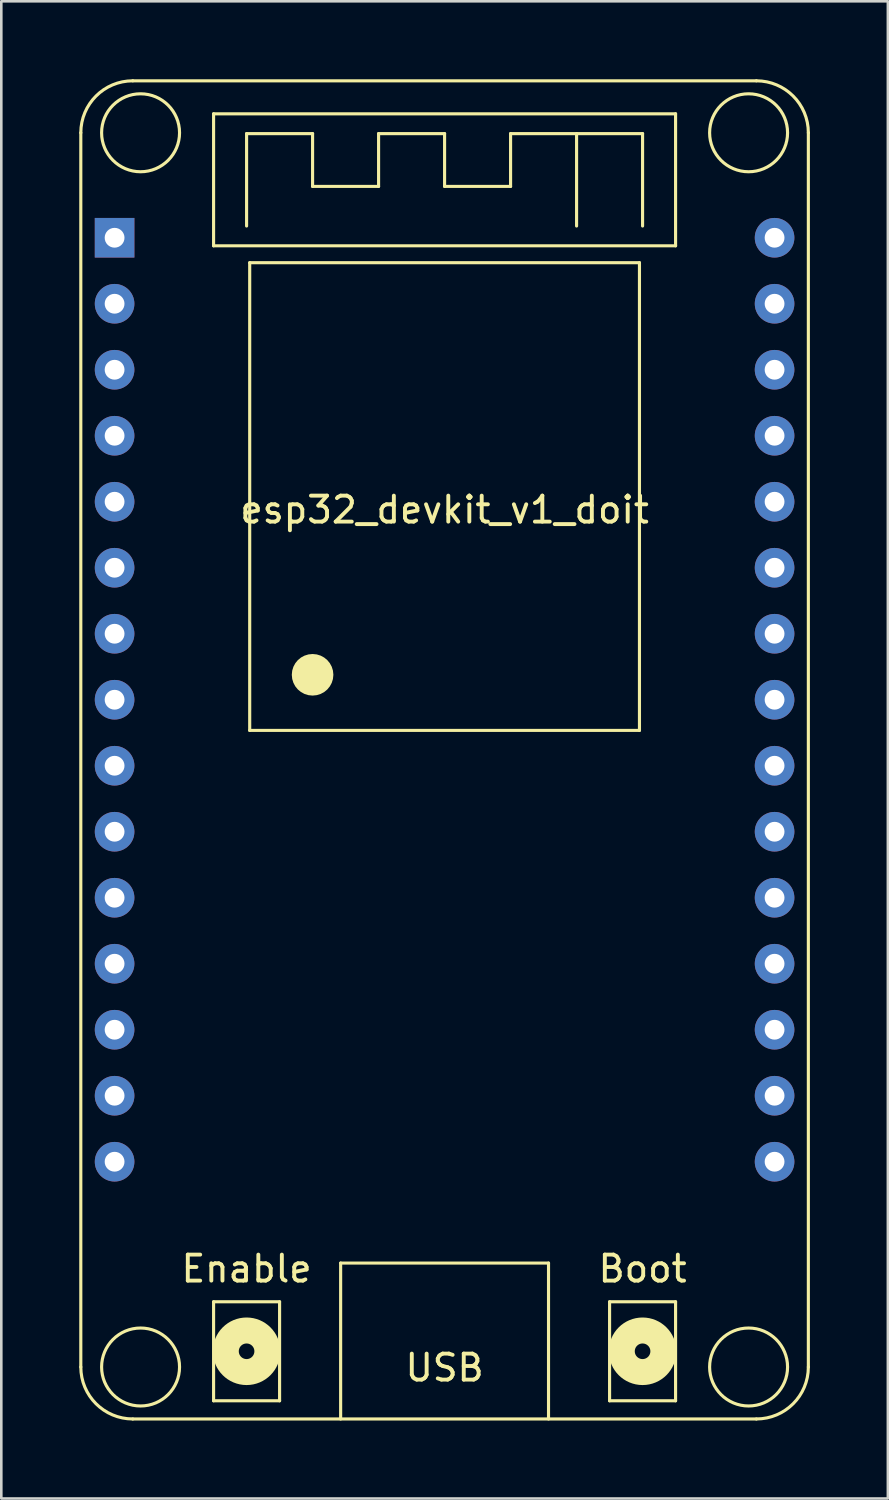
<source format=kicad_pcb>
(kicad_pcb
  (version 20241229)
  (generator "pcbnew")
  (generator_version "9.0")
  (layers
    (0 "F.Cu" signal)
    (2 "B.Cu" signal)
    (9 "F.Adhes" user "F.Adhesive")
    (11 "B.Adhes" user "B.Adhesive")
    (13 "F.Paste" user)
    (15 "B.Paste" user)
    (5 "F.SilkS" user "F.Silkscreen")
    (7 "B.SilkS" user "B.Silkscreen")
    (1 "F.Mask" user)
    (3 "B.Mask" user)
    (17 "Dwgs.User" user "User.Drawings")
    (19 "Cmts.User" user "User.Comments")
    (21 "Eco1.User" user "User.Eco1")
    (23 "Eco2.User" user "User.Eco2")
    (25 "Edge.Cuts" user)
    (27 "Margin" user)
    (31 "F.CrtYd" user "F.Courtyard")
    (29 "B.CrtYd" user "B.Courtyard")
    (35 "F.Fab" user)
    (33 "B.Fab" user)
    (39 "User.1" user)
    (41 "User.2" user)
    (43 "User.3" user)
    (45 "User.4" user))
  (footprint "esp32_devkit_v1_doit"
    (layer "F.Cu")
    (at 14.06 6.1)
    (property "Reference" "esp32_devkit_v1_doit" (at 0 10.47 0) (layer "F.SilkS") (effects (font (size 1 1) (thickness 0.15))))
    (attr smd)
    (fp_line (start -14 -4.04) (end -14 43.46) (stroke (width 0.12) (type solid)) (layer "F.SilkS"))
    (fp_line (start -12 -6.04) (end 12 -6.04) (stroke (width 0.12) (type solid)) (layer "F.SilkS"))
    (fp_line (start -12 45.46) (end 12 45.46) (stroke (width 0.12) (type solid)) (layer "F.SilkS"))
    (fp_line (start -8.89 -4.77) (end 8.89 -4.77) (stroke (width 0.12) (type solid)) (layer "F.SilkS"))
    (fp_line (start -8.89 0.31) (end -8.89 -4.77) (stroke (width 0.12) (type solid)) (layer "F.SilkS"))
    (fp_line (start -8.89 40.95) (end -6.35 40.95) (stroke (width 0.12) (type solid)) (layer "F.SilkS"))
    (fp_line (start -8.89 44.76) (end -8.89 40.95) (stroke (width 0.12) (type solid)) (layer "F.SilkS"))
    (fp_line (start -7.62 -4.008) (end -5.08 -4.008) (stroke (width 0.12) (type solid)) (layer "F.SilkS"))
    (fp_line (start -7.62 -0.452) (end -7.62 -4.008) (stroke (width 0.12) (type solid)) (layer "F.SilkS"))
    (fp_line (start -7.5 0.96) (end 7.5 0.96) (stroke (width 0.12) (type solid)) (layer "F.SilkS"))
    (fp_line (start -7.5 18.96) (end -7.5 0.96) (stroke (width 0.12) (type solid)) (layer "F.SilkS"))
    (fp_line (start -6.35 40.95) (end -6.35 44.76) (stroke (width 0.12) (type solid)) (layer "F.SilkS"))
    (fp_line (start -6.35 44.76) (end -8.89 44.76) (stroke (width 0.12) (type solid)) (layer "F.SilkS"))
    (fp_line (start -5.08 -4.008) (end -5.08 -1.976) (stroke (width 0.12) (type solid)) (layer "F.SilkS"))
    (fp_line (start -5.08 -1.976) (end -2.54 -1.976) (stroke (width 0.12) (type solid)) (layer "F.SilkS"))
    (fp_line (start -4 39.46) (end -4 45.46) (stroke (width 0.12) (type solid)) (layer "F.SilkS"))
    (fp_line (start -4 39.46) (end 4 39.46) (stroke (width 0.12) (type solid)) (layer "F.SilkS"))
    (fp_line (start -2.54 -4.008) (end 0 -4.008) (stroke (width 0.12) (type solid)) (layer "F.SilkS"))
    (fp_line (start -2.54 -1.976) (end -2.54 -4.008) (stroke (width 0.12) (type solid)) (layer "F.SilkS"))
    (fp_line (start 0 -4.008) (end 0 -1.976) (stroke (width 0.12) (type solid)) (layer "F.SilkS"))
    (fp_line (start 0 -1.976) (end 2.54 -1.976) (stroke (width 0.12) (type solid)) (layer "F.SilkS"))
    (fp_line (start 2.54 -4.008) (end 7.62 -4.008) (stroke (width 0.12) (type solid)) (layer "F.SilkS"))
    (fp_line (start 2.54 -1.976) (end 2.54 -4.008) (stroke (width 0.12) (type solid)) (layer "F.SilkS"))
    (fp_line (start 4 39.46) (end 4 45.46) (stroke (width 0.12) (type solid)) (layer "F.SilkS"))
    (fp_line (start 5.08 -4.008) (end 5.08 -0.452) (stroke (width 0.12) (type solid)) (layer "F.SilkS"))
    (fp_line (start 6.35 40.95) (end 8.89 40.95) (stroke (width 0.12) (type solid)) (layer "F.SilkS"))
    (fp_line (start 6.35 44.76) (end 6.35 40.95) (stroke (width 0.12) (type solid)) (layer "F.SilkS"))
    (fp_line (start 7.5 0.96) (end 7.5 18.96) (stroke (width 0.12) (type solid)) (layer "F.SilkS"))
    (fp_line (start 7.5 18.96) (end -7.5 18.96) (stroke (width 0.12) (type solid)) (layer "F.SilkS"))
    (fp_line (start 7.62 -4.008) (end 7.62 -0.452) (stroke (width 0.12) (type solid)) (layer "F.SilkS"))
    (fp_line (start 8.89 -4.77) (end 8.89 0.31) (stroke (width 0.12) (type solid)) (layer "F.SilkS"))
    (fp_line (start 8.89 0.31) (end -8.89 0.31) (stroke (width 0.12) (type solid)) (layer "F.SilkS"))
    (fp_line (start 8.89 40.95) (end 8.89 44.76) (stroke (width 0.12) (type solid)) (layer "F.SilkS"))
    (fp_line (start 8.89 44.76) (end 6.35 44.76) (stroke (width 0.12) (type solid)) (layer "F.SilkS"))
    (fp_line (start 14 43.46) (end 14 -4.04) (stroke (width 0.12) (type solid)) (layer "F.SilkS"))
    (fp_arc (start -14 -4.04) (mid -13.414214 -5.454214) (end -12 -6.04) (stroke (width 0.12) (type solid)) (layer "F.SilkS"))
    (fp_arc (start -12 45.46) (mid -13.414214 44.874214) (end -14 43.46) (stroke (width 0.12) (type solid)) (layer "F.SilkS"))
    (fp_arc (start 12 -6.04) (mid 13.414214 -5.454214) (end 14 -4.04) (stroke (width 0.12) (type solid)) (layer "F.SilkS"))
    (fp_arc (start 14 43.46) (mid 13.414214 44.874214) (end 12 45.46) (stroke (width 0.12) (type solid)) (layer "F.SilkS"))
    (fp_circle (center -11.7 -4.04) (end -10.2 -4.04) (stroke (width 0.12) (type solid)) (fill no) (layer "F.SilkS"))
    (fp_circle (center -11.7 43.46) (end -10.2 43.46) (stroke (width 0.12) (type solid)) (fill no) (layer "F.SilkS"))
    (fp_circle (center -7.62 42.855) (end -7.32 42.855) (stroke (width 1) (type solid)) (fill no) (layer "F.SilkS"))
    (fp_circle (center -5.08 16.82) (end -4.68 16.82) (stroke (width 0.8) (type solid)) (fill no) (layer "F.SilkS"))
    (fp_circle (center 7.62 42.855) (end 7.92 42.855) (stroke (width 1) (type solid)) (fill no) (layer "F.SilkS"))
    (fp_circle (center 11.7 -4.04) (end 13.2 -4.04) (stroke (width 0.12) (type solid)) (fill no) (layer "F.SilkS"))
    (fp_circle (center 11.7 43.46) (end 13.2 43.46) (stroke (width 0.12) (type solid)) (fill no) (layer "F.SilkS"))
    (fp_text user "Boot" (at 7.62 39.68 0) (layer "F.SilkS") (effects (font (size 1 1) (thickness 0.15))))
    (fp_text user "USB" (at 0 43.49 0) (layer "F.SilkS") (effects (font (size 1 1) (thickness 0.15))))
    (fp_text user "Enable" (at -7.62 39.68 0) (layer "F.SilkS") (effects (font (size 1 1) (thickness 0.15))))
    (pad "1" thru_hole rect (at -12.7 0) (size 1.524 1.524) (drill 0.762) (layers "*.Cu" "*.Mask"))
    (pad "2" thru_hole circle (at -12.7 2.54) (size 1.524 1.524) (drill 0.762) (layers "*.Cu" "*.Mask"))
    (pad "3" thru_hole circle (at -12.7 5.08) (size 1.524 1.524) (drill 0.762) (layers "*.Cu" "*.Mask"))
    (pad "4" thru_hole circle (at -12.7 7.62) (size 1.524 1.524) (drill 0.762) (layers "*.Cu" "*.Mask"))
    (pad "5" thru_hole circle (at -12.7 10.16) (size 1.524 1.524) (drill 0.762) (layers "*.Cu" "*.Mask"))
    (pad "6" thru_hole circle (at -12.7 12.7) (size 1.524 1.524) (drill 0.762) (layers "*.Cu" "*.Mask"))
    (pad "7" thru_hole circle (at -12.7 15.24) (size 1.524 1.524) (drill 0.762) (layers "*.Cu" "*.Mask"))
    (pad "8" thru_hole circle (at -12.7 17.78) (size 1.524 1.524) (drill 0.762) (layers "*.Cu" "*.Mask"))
    (pad "9" thru_hole circle (at -12.7 20.32) (size 1.524 1.524) (drill 0.762) (layers "*.Cu" "*.Mask"))
    (pad "10" thru_hole circle (at -12.7 22.86) (size 1.524 1.524) (drill 0.762) (layers "*.Cu" "*.Mask"))
    (pad "11" thru_hole circle (at -12.7 25.4) (size 1.524 1.524) (drill 0.762) (layers "*.Cu" "*.Mask"))
    (pad "12" thru_hole circle (at -12.7 27.94) (size 1.524 1.524) (drill 0.762) (layers "*.Cu" "*.Mask"))
    (pad "13" thru_hole circle (at -12.7 30.48) (size 1.524 1.524) (drill 0.762) (layers "*.Cu" "*.Mask"))
    (pad "14" thru_hole circle (at -12.7 33.02) (size 1.524 1.524) (drill 0.762) (layers "*.Cu" "*.Mask"))
    (pad "15" thru_hole circle (at -12.7 35.56) (size 1.524 1.524) (drill 0.762) (layers "*.Cu" "*.Mask"))
    (pad "16" thru_hole circle (at 12.7 35.56) (size 1.524 1.524) (drill 0.762) (layers "*.Cu" "*.Mask"))
    (pad "17" thru_hole circle (at 12.7 33.02) (size 1.524 1.524) (drill 0.762) (layers "*.Cu" "*.Mask"))
    (pad "18" thru_hole circle (at 12.7 30.48) (size 1.524 1.524) (drill 0.762) (layers "*.Cu" "*.Mask"))
    (pad "19" thru_hole circle (at 12.7 27.94) (size 1.524 1.524) (drill 0.762) (layers "*.Cu" "*.Mask"))
    (pad "20" thru_hole circle (at 12.7 25.4) (size 1.524 1.524) (drill 0.762) (layers "*.Cu" "*.Mask"))
    (pad "21" thru_hole circle (at 12.7 22.86) (size 1.524 1.524) (drill 0.762) (layers "*.Cu" "*.Mask"))
    (pad "22" thru_hole circle (at 12.7 20.32) (size 1.524 1.524) (drill 0.762) (layers "*.Cu" "*.Mask"))
    (pad "23" thru_hole circle (at 12.7 17.78) (size 1.524 1.524) (drill 0.762) (layers "*.Cu" "*.Mask"))
    (pad "24" thru_hole circle (at 12.7 15.24) (size 1.524 1.524) (drill 0.762) (layers "*.Cu" "*.Mask"))
    (pad "25" thru_hole circle (at 12.7 12.7) (size 1.524 1.524) (drill 0.762) (layers "*.Cu" "*.Mask"))
    (pad "26" thru_hole circle (at 12.7 10.16) (size 1.524 1.524) (drill 0.762) (layers "*.Cu" "*.Mask"))
    (pad "27" thru_hole circle (at 12.7 7.62) (size 1.524 1.524) (drill 0.762) (layers "*.Cu" "*.Mask"))
    (pad "28" thru_hole circle (at 12.7 5.08) (size 1.524 1.524) (drill 0.762) (layers "*.Cu" "*.Mask"))
    (pad "29" thru_hole circle (at 12.7 2.54) (size 1.524 1.524) (drill 0.762) (layers "*.Cu" "*.Mask"))
    (pad "30" thru_hole circle (at 12.7 0) (size 1.524 1.524) (drill 0.762) (layers "*.Cu" "*.Mask")))
  (gr_rect
    (start -3 -3)
    (end 31.12 54.62)
    (stroke (width 0.1) (type default))
    (fill no)
    (layer "Edge.Cuts")))
</source>
